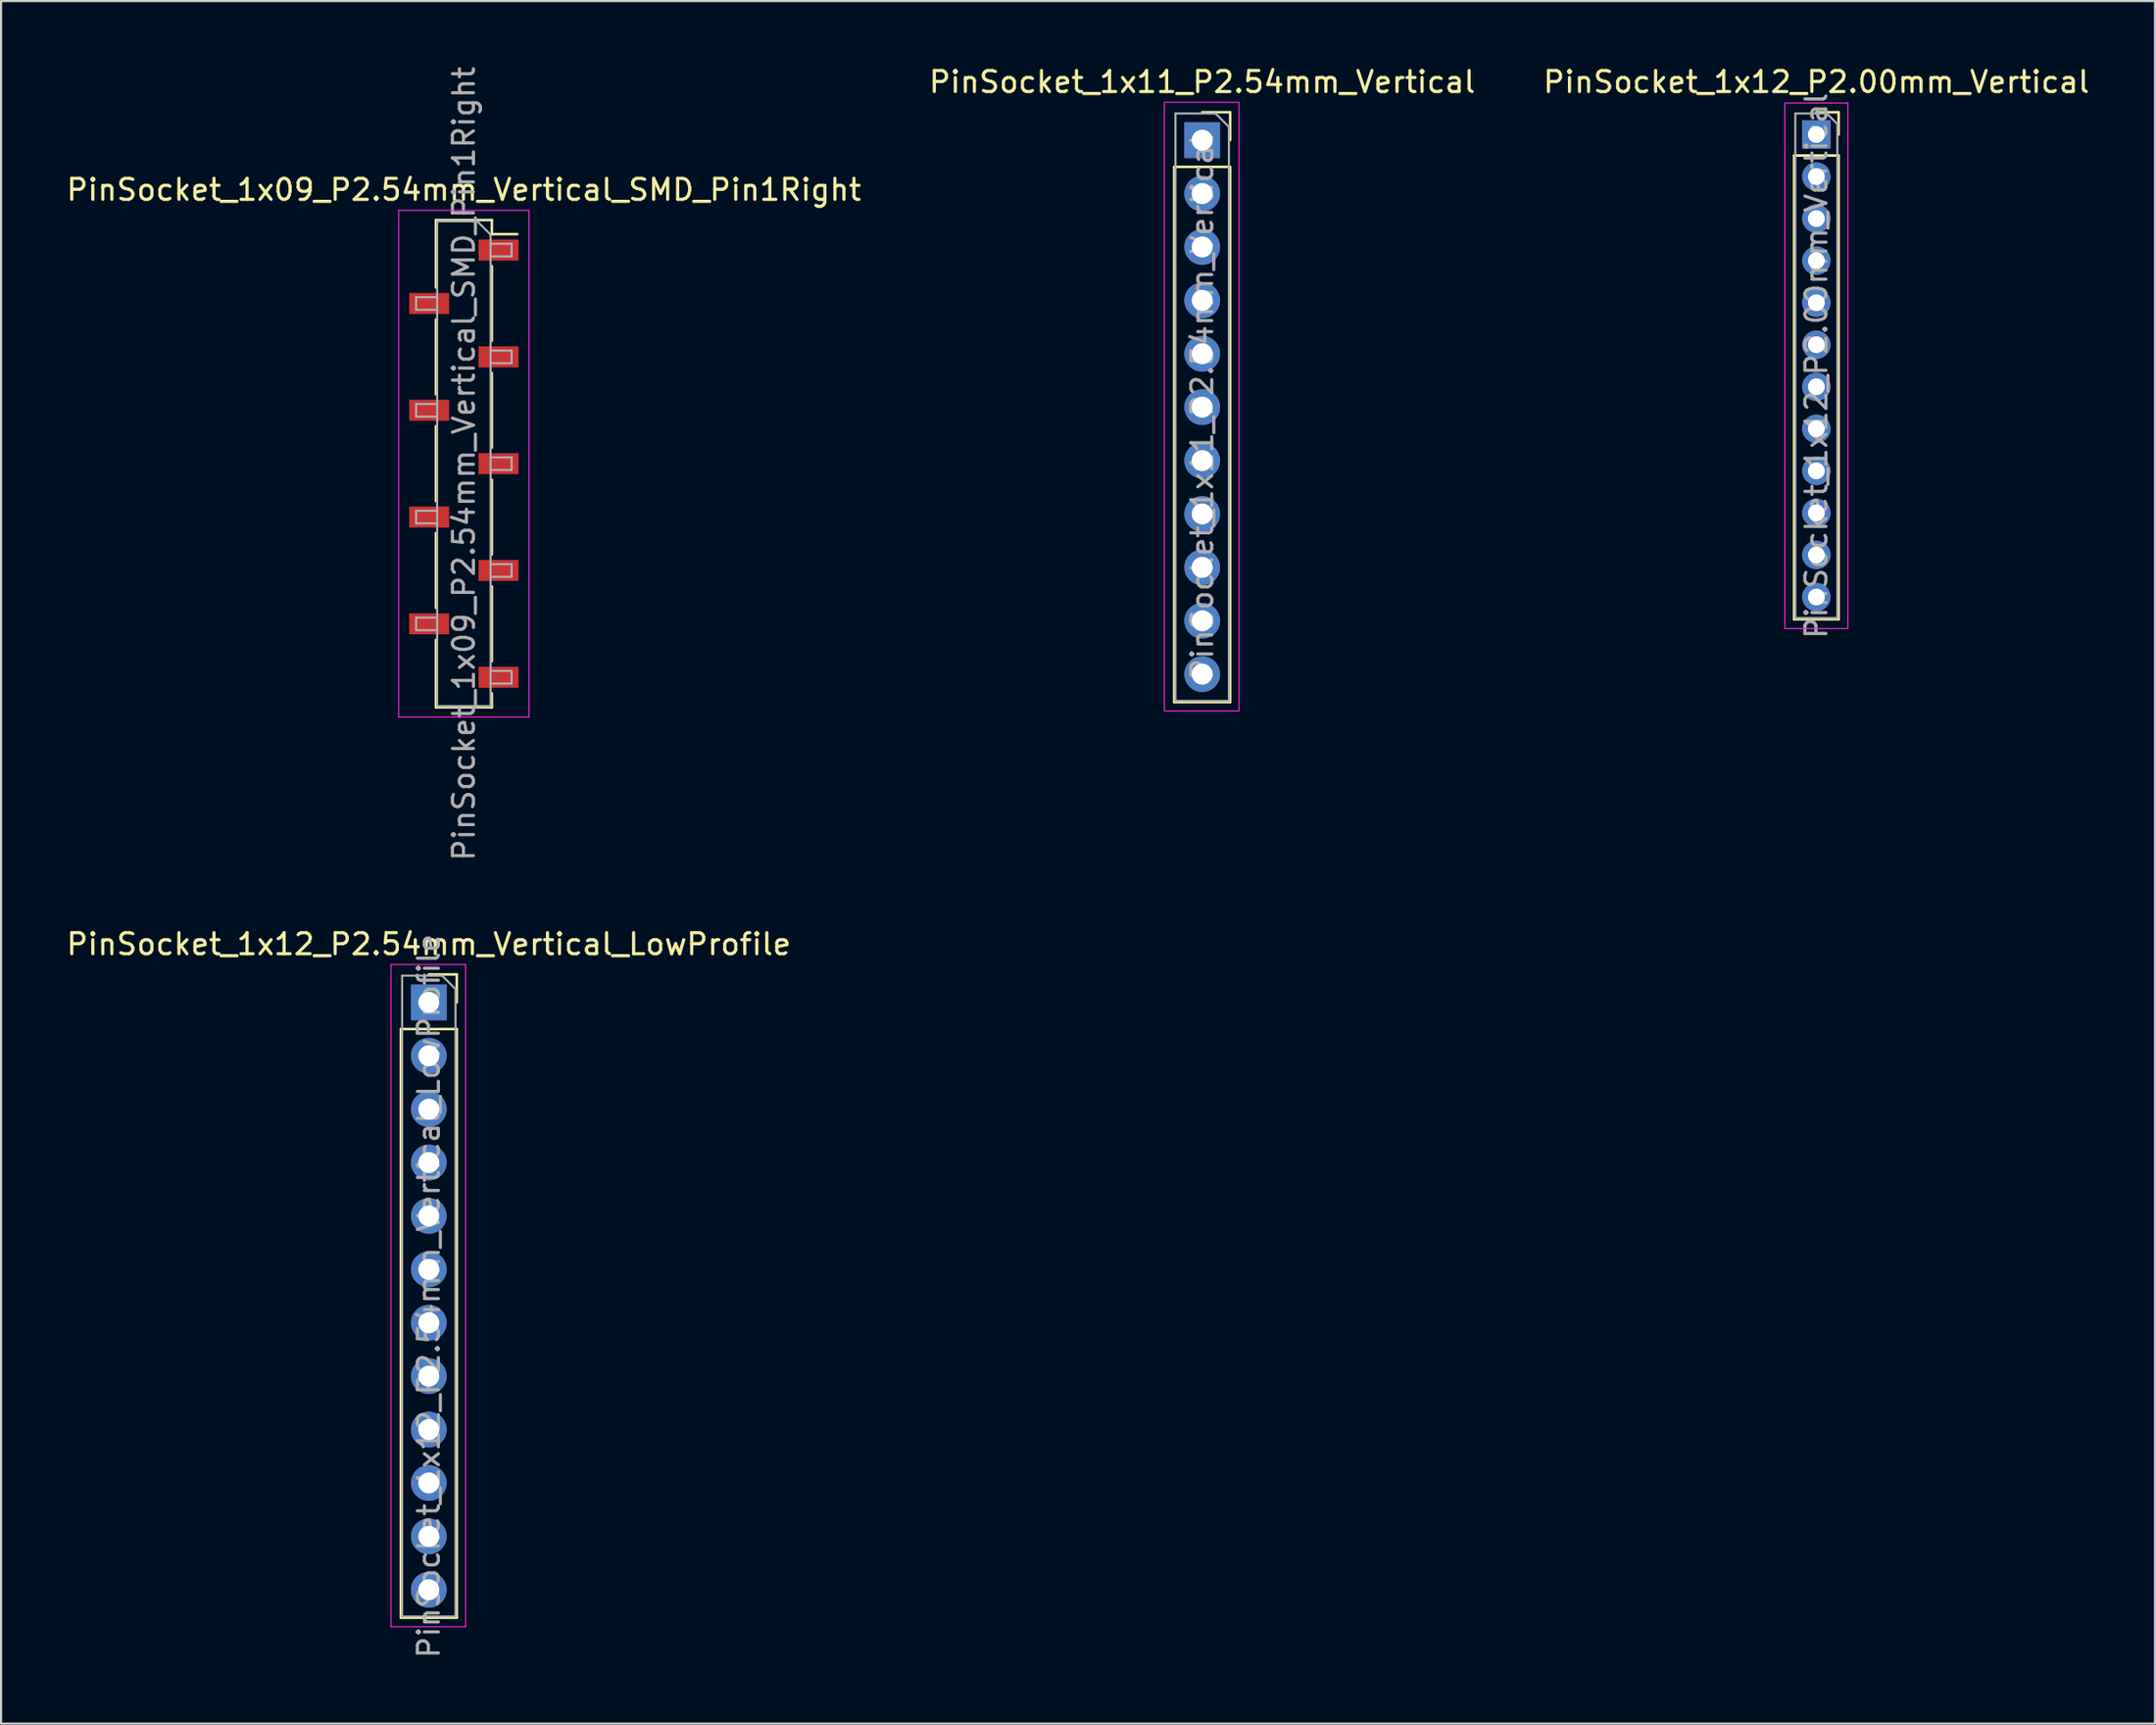
<source format=kicad_pcb>
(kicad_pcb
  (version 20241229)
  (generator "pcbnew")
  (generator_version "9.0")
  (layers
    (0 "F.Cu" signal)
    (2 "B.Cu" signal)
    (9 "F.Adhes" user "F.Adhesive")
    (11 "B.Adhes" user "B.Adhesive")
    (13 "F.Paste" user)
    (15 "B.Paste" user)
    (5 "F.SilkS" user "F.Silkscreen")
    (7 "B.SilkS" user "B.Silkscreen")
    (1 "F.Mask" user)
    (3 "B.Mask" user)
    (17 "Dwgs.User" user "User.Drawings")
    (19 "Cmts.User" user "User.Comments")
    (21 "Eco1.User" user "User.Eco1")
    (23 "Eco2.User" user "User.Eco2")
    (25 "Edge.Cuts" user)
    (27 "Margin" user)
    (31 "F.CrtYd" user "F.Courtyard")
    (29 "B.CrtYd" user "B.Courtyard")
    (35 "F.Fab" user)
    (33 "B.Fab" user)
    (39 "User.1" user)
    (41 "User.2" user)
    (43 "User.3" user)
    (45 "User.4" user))
  (footprint "PinSocket_1x12_P2.54mm_Vertical_LowProfile"
    (layer "F.Cu")
    (at 17.339 44.63)
    (property "Reference" "PinSocket_1x12_P2.54mm_Vertical_LowProfile" (at 0 -2.77 0) (layer "F.SilkS") (effects (font (size 1 1) (thickness 0.15))))
    (attr through_hole)
    (fp_line (start -1.33 1.27) (end -1.33 29.27) (stroke (width 0.12) (type solid)) (layer "F.SilkS"))
    (fp_line (start -1.33 1.27) (end 1.33 1.27) (stroke (width 0.12) (type solid)) (layer "F.SilkS"))
    (fp_line (start -1.33 29.27) (end 1.33 29.27) (stroke (width 0.12) (type solid)) (layer "F.SilkS"))
    (fp_line (start 0 -1.33) (end 1.33 -1.33) (stroke (width 0.12) (type solid)) (layer "F.SilkS"))
    (fp_line (start 1.33 -1.33) (end 1.33 0) (stroke (width 0.12) (type solid)) (layer "F.SilkS"))
    (fp_line (start 1.33 1.27) (end 1.33 29.27) (stroke (width 0.12) (type solid)) (layer "F.SilkS"))
    (fp_line (start -1.8 -1.8) (end 1.75 -1.8) (stroke (width 0.05) (type solid)) (layer "F.CrtYd"))
    (fp_line (start -1.8 29.7) (end -1.8 -1.8) (stroke (width 0.05) (type solid)) (layer "F.CrtYd"))
    (fp_line (start 1.75 -1.8) (end 1.75 29.7) (stroke (width 0.05) (type solid)) (layer "F.CrtYd"))
    (fp_line (start 1.75 29.7) (end -1.8 29.7) (stroke (width 0.05) (type solid)) (layer "F.CrtYd"))
    (fp_line (start -1.27 -1.27) (end 0.635 -1.27) (stroke (width 0.1) (type solid)) (layer "F.Fab"))
    (fp_line (start -1.27 29.21) (end -1.27 -1.27) (stroke (width 0.1) (type solid)) (layer "F.Fab"))
    (fp_line (start 0.635 -1.27) (end 1.27 -0.635) (stroke (width 0.1) (type solid)) (layer "F.Fab"))
    (fp_line (start 1.27 -0.635) (end 1.27 29.21) (stroke (width 0.1) (type solid)) (layer "F.Fab"))
    (fp_line (start 1.27 29.21) (end -1.27 29.21) (stroke (width 0.1) (type solid)) (layer "F.Fab"))
    (fp_text user "${REFERENCE}" (at 0 13.97 90) (layer "F.Fab") (effects (font (size 1 1) (thickness 0.15))))
    (pad "1" thru_hole rect (at 0 0) (size 1.7 1.7) (drill 1) (layers "*.Cu" "*.Mask"))
    (pad "2" thru_hole oval (at 0 2.54) (size 1.7 1.7) (drill 1) (layers "*.Cu" "*.Mask"))
    (pad "3" thru_hole oval (at 0 5.08) (size 1.7 1.7) (drill 1) (layers "*.Cu" "*.Mask"))
    (pad "4" thru_hole oval (at 0 7.62) (size 1.7 1.7) (drill 1) (layers "*.Cu" "*.Mask"))
    (pad "5" thru_hole oval (at 0 10.16) (size 1.7 1.7) (drill 1) (layers "*.Cu" "*.Mask"))
    (pad "6" thru_hole oval (at 0 12.7) (size 1.7 1.7) (drill 1) (layers "*.Cu" "*.Mask"))
    (pad "7" thru_hole oval (at 0 15.24) (size 1.7 1.7) (drill 1) (layers "*.Cu" "*.Mask"))
    (pad "8" thru_hole oval (at 0 17.78) (size 1.7 1.7) (drill 1) (layers "*.Cu" "*.Mask"))
    (pad "9" thru_hole oval (at 0 20.32) (size 1.7 1.7) (drill 1) (layers "*.Cu" "*.Mask"))
    (pad "10" thru_hole oval (at 0 22.86) (size 1.7 1.7) (drill 1) (layers "*.Cu" "*.Mask"))
    (pad "11" thru_hole oval (at 0 25.4) (size 1.7 1.7) (drill 1) (layers "*.Cu" "*.Mask"))
    (pad "12" thru_hole oval (at 0 27.94) (size 1.7 1.7) (drill 1) (layers "*.Cu" "*.Mask")))
  (footprint "PinSocket_1x09_P2.54mm_Vertical_SMD_Pin1Right"
    (layer "F.Cu")
    (at 19.006 19.006)
    (property "Reference" "PinSocket_1x09_P2.54mm_Vertical_SMD_Pin1Right" (at 0 -13.03 0) (layer "F.SilkS") (effects (font (size 1 1) (thickness 0.15))))
    (attr smd)
    (fp_line (start -1.33 -11.59) (end -1.33 -8.38) (stroke (width 0.12) (type solid)) (layer "F.SilkS"))
    (fp_line (start -1.33 -11.59) (end 1.33 -11.59) (stroke (width 0.12) (type solid)) (layer "F.SilkS"))
    (fp_line (start -1.33 -6.86) (end -1.33 -3.3) (stroke (width 0.12) (type solid)) (layer "F.SilkS"))
    (fp_line (start -1.33 -1.78) (end -1.33 1.78) (stroke (width 0.12) (type solid)) (layer "F.SilkS"))
    (fp_line (start -1.33 3.3) (end -1.33 6.86) (stroke (width 0.12) (type solid)) (layer "F.SilkS"))
    (fp_line (start -1.33 8.38) (end -1.33 11.59) (stroke (width 0.12) (type solid)) (layer "F.SilkS"))
    (fp_line (start -1.33 11.59) (end 1.33 11.59) (stroke (width 0.12) (type solid)) (layer "F.SilkS"))
    (fp_line (start 1.33 -11.59) (end 1.33 -10.92) (stroke (width 0.12) (type solid)) (layer "F.SilkS"))
    (fp_line (start 1.33 -10.92) (end 2.54 -10.92) (stroke (width 0.12) (type solid)) (layer "F.SilkS"))
    (fp_line (start 1.33 -9.4) (end 1.33 -5.84) (stroke (width 0.12) (type solid)) (layer "F.SilkS"))
    (fp_line (start 1.33 -4.32) (end 1.33 -0.76) (stroke (width 0.12) (type solid)) (layer "F.SilkS"))
    (fp_line (start 1.33 0.76) (end 1.33 4.32) (stroke (width 0.12) (type solid)) (layer "F.SilkS"))
    (fp_line (start 1.33 5.84) (end 1.33 9.4) (stroke (width 0.12) (type solid)) (layer "F.SilkS"))
    (fp_line (start 1.33 10.92) (end 1.33 11.59) (stroke (width 0.12) (type solid)) (layer "F.SilkS"))
    (fp_line (start -3.1 -12.05) (end 3.1 -12.05) (stroke (width 0.05) (type solid)) (layer "F.CrtYd"))
    (fp_line (start -3.1 12.05) (end -3.1 -12.05) (stroke (width 0.05) (type solid)) (layer "F.CrtYd"))
    (fp_line (start 3.1 -12.05) (end 3.1 12.05) (stroke (width 0.05) (type solid)) (layer "F.CrtYd"))
    (fp_line (start 3.1 12.05) (end -3.1 12.05) (stroke (width 0.05) (type solid)) (layer "F.CrtYd"))
    (fp_line (start -2.27 -7.92) (end -1.27 -7.92) (stroke (width 0.1) (type solid)) (layer "F.Fab"))
    (fp_line (start -2.27 -7.32) (end -2.27 -7.92) (stroke (width 0.1) (type solid)) (layer "F.Fab"))
    (fp_line (start -2.27 -2.84) (end -1.27 -2.84) (stroke (width 0.1) (type solid)) (layer "F.Fab"))
    (fp_line (start -2.27 -2.24) (end -2.27 -2.84) (stroke (width 0.1) (type solid)) (layer "F.Fab"))
    (fp_line (start -2.27 2.24) (end -1.27 2.24) (stroke (width 0.1) (type solid)) (layer "F.Fab"))
    (fp_line (start -2.27 2.84) (end -2.27 2.24) (stroke (width 0.1) (type solid)) (layer "F.Fab"))
    (fp_line (start -2.27 7.32) (end -1.27 7.32) (stroke (width 0.1) (type solid)) (layer "F.Fab"))
    (fp_line (start -2.27 7.92) (end -2.27 7.32) (stroke (width 0.1) (type solid)) (layer "F.Fab"))
    (fp_line (start -1.27 -11.53) (end 0.635 -11.53) (stroke (width 0.1) (type solid)) (layer "F.Fab"))
    (fp_line (start -1.27 -7.32) (end -2.27 -7.32) (stroke (width 0.1) (type solid)) (layer "F.Fab"))
    (fp_line (start -1.27 -2.24) (end -2.27 -2.24) (stroke (width 0.1) (type solid)) (layer "F.Fab"))
    (fp_line (start -1.27 2.84) (end -2.27 2.84) (stroke (width 0.1) (type solid)) (layer "F.Fab"))
    (fp_line (start -1.27 7.92) (end -2.27 7.92) (stroke (width 0.1) (type solid)) (layer "F.Fab"))
    (fp_line (start -1.27 11.53) (end -1.27 -11.53) (stroke (width 0.1) (type solid)) (layer "F.Fab"))
    (fp_line (start 0.635 -11.53) (end 1.27 -10.895) (stroke (width 0.1) (type solid)) (layer "F.Fab"))
    (fp_line (start 1.27 -10.895) (end 1.27 11.53) (stroke (width 0.1) (type solid)) (layer "F.Fab"))
    (fp_line (start 1.27 -10.46) (end 2.27 -10.46) (stroke (width 0.1) (type solid)) (layer "F.Fab"))
    (fp_line (start 1.27 -5.38) (end 2.27 -5.38) (stroke (width 0.1) (type solid)) (layer "F.Fab"))
    (fp_line (start 1.27 -0.3) (end 2.27 -0.3) (stroke (width 0.1) (type solid)) (layer "F.Fab"))
    (fp_line (start 1.27 4.78) (end 2.27 4.78) (stroke (width 0.1) (type solid)) (layer "F.Fab"))
    (fp_line (start 1.27 9.86) (end 2.27 9.86) (stroke (width 0.1) (type solid)) (layer "F.Fab"))
    (fp_line (start 1.27 11.53) (end -1.27 11.53) (stroke (width 0.1) (type solid)) (layer "F.Fab"))
    (fp_line (start 2.27 -10.46) (end 2.27 -9.86) (stroke (width 0.1) (type solid)) (layer "F.Fab"))
    (fp_line (start 2.27 -9.86) (end 1.27 -9.86) (stroke (width 0.1) (type solid)) (layer "F.Fab"))
    (fp_line (start 2.27 -5.38) (end 2.27 -4.78) (stroke (width 0.1) (type solid)) (layer "F.Fab"))
    (fp_line (start 2.27 -4.78) (end 1.27 -4.78) (stroke (width 0.1) (type solid)) (layer "F.Fab"))
    (fp_line (start 2.27 -0.3) (end 2.27 0.3) (stroke (width 0.1) (type solid)) (layer "F.Fab"))
    (fp_line (start 2.27 0.3) (end 1.27 0.3) (stroke (width 0.1) (type solid)) (layer "F.Fab"))
    (fp_line (start 2.27 4.78) (end 2.27 5.38) (stroke (width 0.1) (type solid)) (layer "F.Fab"))
    (fp_line (start 2.27 5.38) (end 1.27 5.38) (stroke (width 0.1) (type solid)) (layer "F.Fab"))
    (fp_line (start 2.27 9.86) (end 2.27 10.46) (stroke (width 0.1) (type solid)) (layer "F.Fab"))
    (fp_line (start 2.27 10.46) (end 1.27 10.46) (stroke (width 0.1) (type solid)) (layer "F.Fab"))
    (fp_text user "${REFERENCE}" (at 0 0 90) (layer "F.Fab") (effects (font (size 1 1) (thickness 0.15))))
    (pad "1" smd rect (at 1.65 -10.16) (size 1.9 1) (layers "F.Cu" "F.Mask" "F.Paste"))
    (pad "2" smd rect (at -1.65 -7.62) (size 1.9 1) (layers "F.Cu" "F.Mask" "F.Paste"))
    (pad "3" smd rect (at 1.65 -5.08) (size 1.9 1) (layers "F.Cu" "F.Mask" "F.Paste"))
    (pad "4" smd rect (at -1.65 -2.54) (size 1.9 1) (layers "F.Cu" "F.Mask" "F.Paste"))
    (pad "5" smd rect (at 1.65 0) (size 1.9 1) (layers "F.Cu" "F.Mask" "F.Paste"))
    (pad "6" smd rect (at -1.65 2.54) (size 1.9 1) (layers "F.Cu" "F.Mask" "F.Paste"))
    (pad "7" smd rect (at 1.65 5.08) (size 1.9 1) (layers "F.Cu" "F.Mask" "F.Paste"))
    (pad "8" smd rect (at -1.65 7.62) (size 1.9 1) (layers "F.Cu" "F.Mask" "F.Paste"))
    (pad "9" smd rect (at 1.65 10.16) (size 1.9 1) (layers "F.Cu" "F.Mask" "F.Paste")))
  (footprint "PinSocket_1x11_P2.54mm_Vertical"
    (layer "F.Cu")
    (at 54.113 3.618)
    (property "Reference" "PinSocket_1x11_P2.54mm_Vertical" (at 0 -2.77 0) (layer "F.SilkS") (effects (font (size 1 1) (thickness 0.15))))
    (attr through_hole)
    (fp_line (start -1.33 1.27) (end -1.33 26.73) (stroke (width 0.12) (type solid)) (layer "F.SilkS"))
    (fp_line (start -1.33 1.27) (end 1.33 1.27) (stroke (width 0.12) (type solid)) (layer "F.SilkS"))
    (fp_line (start -1.33 26.73) (end 1.33 26.73) (stroke (width 0.12) (type solid)) (layer "F.SilkS"))
    (fp_line (start 0 -1.33) (end 1.33 -1.33) (stroke (width 0.12) (type solid)) (layer "F.SilkS"))
    (fp_line (start 1.33 -1.33) (end 1.33 0) (stroke (width 0.12) (type solid)) (layer "F.SilkS"))
    (fp_line (start 1.33 1.27) (end 1.33 26.73) (stroke (width 0.12) (type solid)) (layer "F.SilkS"))
    (fp_line (start -1.8 -1.8) (end 1.75 -1.8) (stroke (width 0.05) (type solid)) (layer "F.CrtYd"))
    (fp_line (start -1.8 27.15) (end -1.8 -1.8) (stroke (width 0.05) (type solid)) (layer "F.CrtYd"))
    (fp_line (start 1.75 -1.8) (end 1.75 27.15) (stroke (width 0.05) (type solid)) (layer "F.CrtYd"))
    (fp_line (start 1.75 27.15) (end -1.8 27.15) (stroke (width 0.05) (type solid)) (layer "F.CrtYd"))
    (fp_line (start -1.27 -1.27) (end 0.635 -1.27) (stroke (width 0.1) (type solid)) (layer "F.Fab"))
    (fp_line (start -1.27 26.67) (end -1.27 -1.27) (stroke (width 0.1) (type solid)) (layer "F.Fab"))
    (fp_line (start 0.635 -1.27) (end 1.27 -0.635) (stroke (width 0.1) (type solid)) (layer "F.Fab"))
    (fp_line (start 1.27 -0.635) (end 1.27 26.67) (stroke (width 0.1) (type solid)) (layer "F.Fab"))
    (fp_line (start 1.27 26.67) (end -1.27 26.67) (stroke (width 0.1) (type solid)) (layer "F.Fab"))
    (fp_text user "${REFERENCE}" (at 0 12.7 90) (layer "F.Fab") (effects (font (size 1 1) (thickness 0.15))))
    (pad "1" thru_hole rect (at 0 0) (size 1.7 1.7) (drill 1) (layers "*.Cu" "*.Mask"))
    (pad "2" thru_hole oval (at 0 2.54) (size 1.7 1.7) (drill 1) (layers "*.Cu" "*.Mask"))
    (pad "3" thru_hole oval (at 0 5.08) (size 1.7 1.7) (drill 1) (layers "*.Cu" "*.Mask"))
    (pad "4" thru_hole oval (at 0 7.62) (size 1.7 1.7) (drill 1) (layers "*.Cu" "*.Mask"))
    (pad "5" thru_hole oval (at 0 10.16) (size 1.7 1.7) (drill 1) (layers "*.Cu" "*.Mask"))
    (pad "6" thru_hole oval (at 0 12.7) (size 1.7 1.7) (drill 1) (layers "*.Cu" "*.Mask"))
    (pad "7" thru_hole oval (at 0 15.24) (size 1.7 1.7) (drill 1) (layers "*.Cu" "*.Mask"))
    (pad "8" thru_hole oval (at 0 17.78) (size 1.7 1.7) (drill 1) (layers "*.Cu" "*.Mask"))
    (pad "9" thru_hole oval (at 0 20.32) (size 1.7 1.7) (drill 1) (layers "*.Cu" "*.Mask"))
    (pad "10" thru_hole oval (at 0 22.86) (size 1.7 1.7) (drill 1) (layers "*.Cu" "*.Mask"))
    (pad "11" thru_hole oval (at 0 25.4) (size 1.7 1.7) (drill 1) (layers "*.Cu" "*.Mask")))
  (footprint "PinSocket_1x12_P2.00mm_Vertical"
    (layer "F.Cu")
    (at 83.315 3.348)
    (property "Reference" "PinSocket_1x12_P2.00mm_Vertical" (at 0 -2.5 0) (layer "F.SilkS") (effects (font (size 1 1) (thickness 0.15))))
    (attr through_hole)
    (fp_line (start -1.06 1) (end -1.06 23.06) (stroke (width 0.12) (type solid)) (layer "F.SilkS"))
    (fp_line (start -1.06 1) (end 1.06 1) (stroke (width 0.12) (type solid)) (layer "F.SilkS"))
    (fp_line (start -1.06 23.06) (end 1.06 23.06) (stroke (width 0.12) (type solid)) (layer "F.SilkS"))
    (fp_line (start 0 -1.06) (end 1.06 -1.06) (stroke (width 0.12) (type solid)) (layer "F.SilkS"))
    (fp_line (start 1.06 -1.06) (end 1.06 0) (stroke (width 0.12) (type solid)) (layer "F.SilkS"))
    (fp_line (start 1.06 1) (end 1.06 23.06) (stroke (width 0.12) (type solid)) (layer "F.SilkS"))
    (fp_line (start -1.5 -1.5) (end 1.5 -1.5) (stroke (width 0.05) (type solid)) (layer "F.CrtYd"))
    (fp_line (start -1.5 23.5) (end -1.5 -1.5) (stroke (width 0.05) (type solid)) (layer "F.CrtYd"))
    (fp_line (start 1.5 -1.5) (end 1.5 23.5) (stroke (width 0.05) (type solid)) (layer "F.CrtYd"))
    (fp_line (start 1.5 23.5) (end -1.5 23.5) (stroke (width 0.05) (type solid)) (layer "F.CrtYd"))
    (fp_line (start -1 -1) (end 0.5 -1) (stroke (width 0.1) (type solid)) (layer "F.Fab"))
    (fp_line (start -1 23) (end -1 -1) (stroke (width 0.1) (type solid)) (layer "F.Fab"))
    (fp_line (start 0.5 -1) (end 1 -0.5) (stroke (width 0.1) (type solid)) (layer "F.Fab"))
    (fp_line (start 1 -0.5) (end 1 23) (stroke (width 0.1) (type solid)) (layer "F.Fab"))
    (fp_line (start 1 23) (end -1 23) (stroke (width 0.1) (type solid)) (layer "F.Fab"))
    (fp_text user "${REFERENCE}" (at 0 11 90) (layer "F.Fab") (effects (font (size 1 1) (thickness 0.15))))
    (pad "1" thru_hole rect (at 0 0) (size 1.35 1.35) (drill 0.8) (layers "*.Cu" "*.Mask"))
    (pad "2" thru_hole oval (at 0 2) (size 1.35 1.35) (drill 0.8) (layers "*.Cu" "*.Mask"))
    (pad "3" thru_hole oval (at 0 4) (size 1.35 1.35) (drill 0.8) (layers "*.Cu" "*.Mask"))
    (pad "4" thru_hole oval (at 0 6) (size 1.35 1.35) (drill 0.8) (layers "*.Cu" "*.Mask"))
    (pad "5" thru_hole oval (at 0 8) (size 1.35 1.35) (drill 0.8) (layers "*.Cu" "*.Mask"))
    (pad "6" thru_hole oval (at 0 10) (size 1.35 1.35) (drill 0.8) (layers "*.Cu" "*.Mask"))
    (pad "7" thru_hole oval (at 0 12) (size 1.35 1.35) (drill 0.8) (layers "*.Cu" "*.Mask"))
    (pad "8" thru_hole oval (at 0 14) (size 1.35 1.35) (drill 0.8) (layers "*.Cu" "*.Mask"))
    (pad "9" thru_hole oval (at 0 16) (size 1.35 1.35) (drill 0.8) (layers "*.Cu" "*.Mask"))
    (pad "10" thru_hole oval (at 0 18) (size 1.35 1.35) (drill 0.8) (layers "*.Cu" "*.Mask"))
    (pad "11" thru_hole oval (at 0 20) (size 1.35 1.35) (drill 0.8) (layers "*.Cu" "*.Mask"))
    (pad "12" thru_hole oval (at 0 22) (size 1.35 1.35) (drill 0.8) (layers "*.Cu" "*.Mask")))
  (gr_rect
    (start -3 -3)
    (end 99.417 78.939)
    (stroke (width 0.1) (type default))
    (fill no)
    (layer "Edge.Cuts")))
</source>
